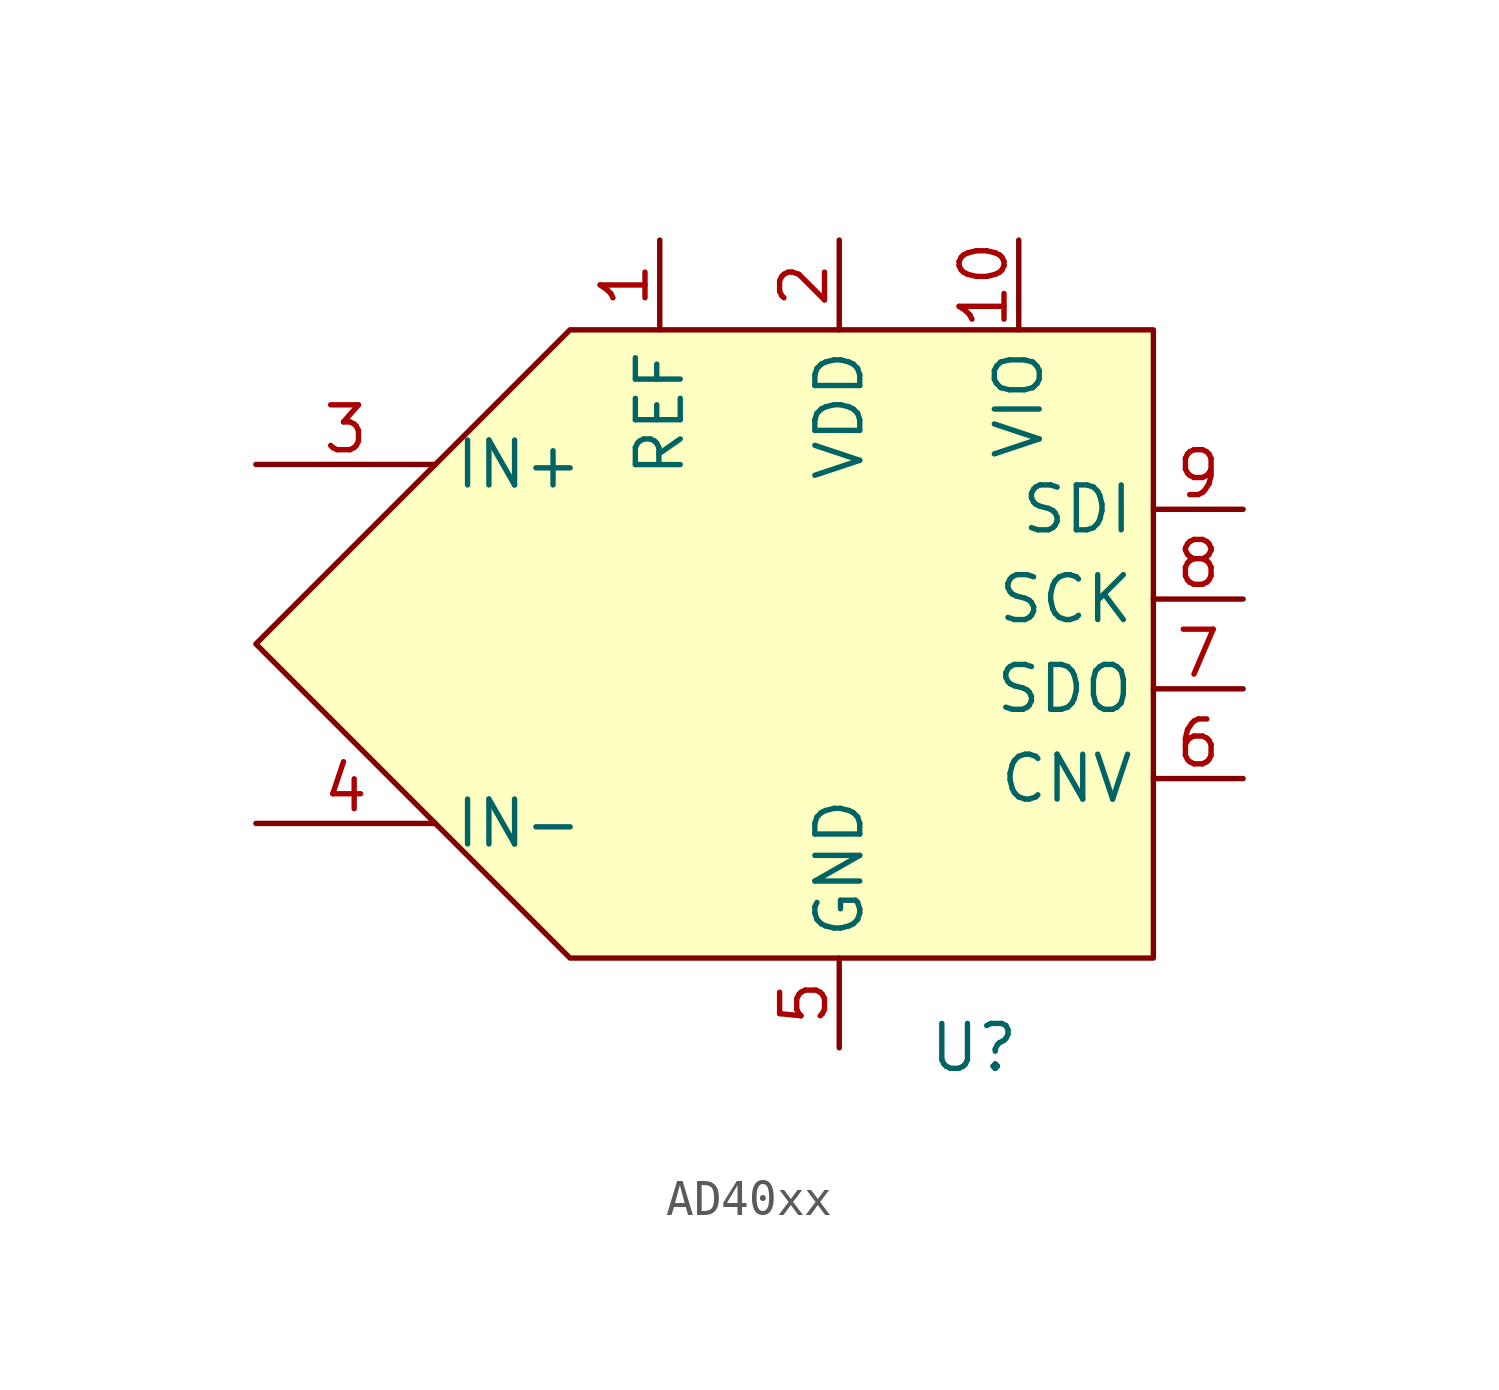
<source format=kicad_sym>
(kicad_symbol_lib
  (version 20220914)
  (generator kicad_symbol_editor)
  (symbol "AD40xx"
    (property "Reference" "U"
      (at 3.81 -11.43 0)
      (effects (font (size 1.27 1.27))))
    (property "Value" ""
      (at 7.62 -6.35 0)
      (effects (font (size 1.27 1.27))))
    (symbol "AD40xx_0_1"
      (polyline (pts (xy -16.51 0) (xy -7.62 8.89) (xy 8.89 8.89) (xy 8.89 -8.89) (xy -7.62 -8.89) (xy -16.51 0)) (stroke (width 0) (type default)) (fill (type background))))
    (symbol "AD40xx_1_1"
      (pin input line (at -5.08 11.43 270) (length 2.54) (name "REF" (effects (font (size 1.27 1.27)))) (number "1" (effects (font (size 1.27 1.27)))))
      (pin power_in line (at 5.08 11.43 270) (length 2.54) (name "VIO" (effects (font (size 1.27 1.27)))) (number "10" (effects (font (size 1.27 1.27)))))
      (pin power_in line (at 0 11.43 270) (length 2.54) (name "VDD" (effects (font (size 1.27 1.27)))) (number "2" (effects (font (size 1.27 1.27)))))
      (pin input line (at -16.51 5.08 0) (length 5.08) (name "IN+" (effects (font (size 1.27 1.27)))) (number "3" (effects (font (size 1.27 1.27)))))
      (pin input line (at -16.51 -5.08 0) (length 5.08) (name "IN-" (effects (font (size 1.27 1.27)))) (number "4" (effects (font (size 1.27 1.27)))))
      (pin power_in line (at 0 -11.43 90) (length 2.54) (name "GND" (effects (font (size 1.27 1.27)))) (number "5" (effects (font (size 1.27 1.27)))))
      (pin input line (at 11.43 -3.81 180) (length 2.54) (name "CNV" (effects (font (size 1.27 1.27)))) (number "6" (effects (font (size 1.27 1.27)))))
      (pin output line (at 11.43 -1.27 180) (length 2.54) (name "SDO" (effects (font (size 1.27 1.27)))) (number "7" (effects (font (size 1.27 1.27)))))
      (pin input line (at 11.43 1.27 180) (length 2.54) (name "SCK" (effects (font (size 1.27 1.27)))) (number "8" (effects (font (size 1.27 1.27)))))
      (pin input line (at 11.43 3.81 180) (length 2.54) (name "SDI" (effects (font (size 1.27 1.27)))) (number "9" (effects (font (size 1.27 1.27))))))))
</source>
